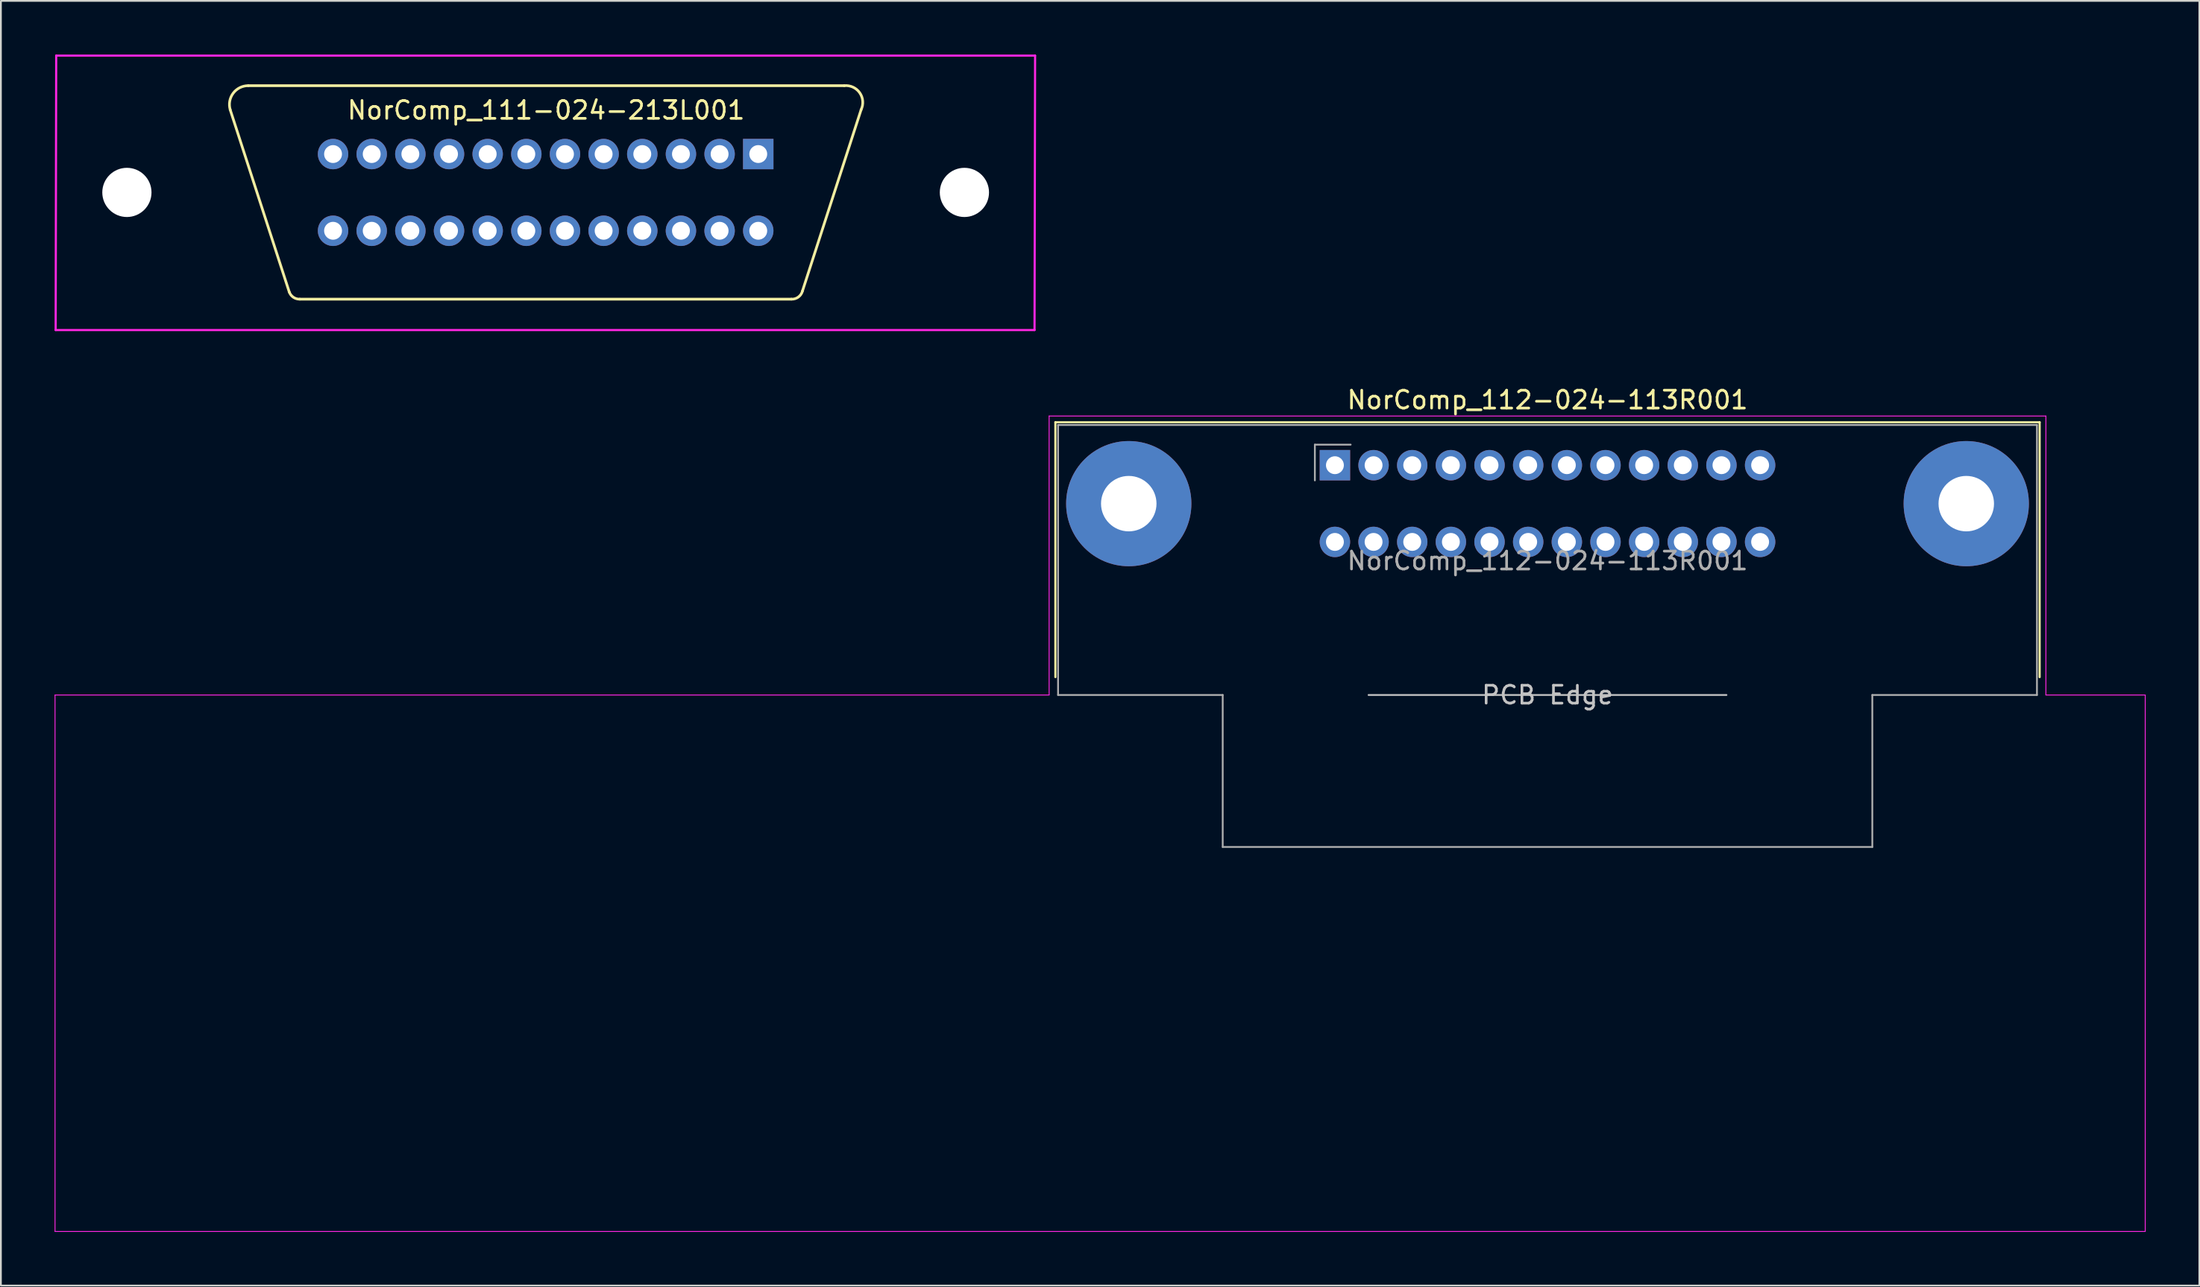
<source format=kicad_pcb>
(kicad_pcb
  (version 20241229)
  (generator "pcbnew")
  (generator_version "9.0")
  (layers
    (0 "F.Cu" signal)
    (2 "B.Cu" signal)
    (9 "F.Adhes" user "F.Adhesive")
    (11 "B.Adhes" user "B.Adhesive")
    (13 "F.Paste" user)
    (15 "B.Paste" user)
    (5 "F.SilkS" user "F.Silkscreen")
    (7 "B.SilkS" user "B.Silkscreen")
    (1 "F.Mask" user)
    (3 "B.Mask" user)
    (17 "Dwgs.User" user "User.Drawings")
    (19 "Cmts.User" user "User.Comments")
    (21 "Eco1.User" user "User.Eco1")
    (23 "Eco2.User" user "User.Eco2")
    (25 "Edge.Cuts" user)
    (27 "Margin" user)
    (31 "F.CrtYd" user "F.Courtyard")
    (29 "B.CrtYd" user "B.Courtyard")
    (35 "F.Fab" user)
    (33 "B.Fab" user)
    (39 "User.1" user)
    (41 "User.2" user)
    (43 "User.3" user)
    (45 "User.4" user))
  (footprint "NorComp_111-024-213L001"
    (layer "F.Cu")
    (at 27.441 7.71)
    (property "Reference" "NorComp_111-024-213L001" (at 0.025 -4.597 0) (unlocked yes) (layer "F.SilkS") (effects (font (size 1 1) (thickness 0.15))))
    (attr through_hole)
    (fp_line (start -16.619 -5.969) (end 16.688 -5.969) (stroke (width 0.152) (type solid)) (layer "F.SilkS"))
    (fp_line (start -14.326 5.573) (end -17.628 -4.623) (stroke (width 0.15) (type solid)) (layer "F.SilkS"))
    (fp_line (start -13.741 5.969) (end 13.735 5.969) (stroke (width 0.15) (type solid)) (layer "F.SilkS"))
    (fp_line (start 17.628 -4.626) (end 14.351 5.512) (stroke (width 0.15) (type solid)) (layer "F.SilkS"))
    (fp_arc (start -17.6276 -4.625573) (mid -17.459254 -5.549239) (end -16.619433 -5.969) (stroke (width 0.15) (type solid)) (layer "F.SilkS"))
    (fp_arc (start -13.7414 5.969) (mid -14.096596 5.864038) (end -14.325626 5.57296) (stroke (width 0.15) (type solid)) (layer "F.SilkS"))
    (fp_arc (start 14.351 5.511681) (mid 14.123787 5.849347) (end 13.73478 5.969) (stroke (width 0.15) (type solid)) (layer "F.SilkS"))
    (fp_arc (start 16.688119 -5.969) (mid 17.55021 -5.572006) (end 17.6276 -4.626059) (stroke (width 0.15) (type solid)) (layer "F.SilkS"))
    (fp_line (start -27.381 7.696) (end 27.319 7.696) (stroke (width 0.12) (type solid)) (layer "F.CrtYd"))
    (fp_line (start -27.35 -7.65) (end -27.381 7.696) (stroke (width 0.12) (type solid)) (layer "F.CrtYd"))
    (fp_line (start -27.35 -7.65) (end 27.35 -7.65) (stroke (width 0.12) (type solid)) (layer "F.CrtYd"))
    (fp_line (start 27.319 7.696) (end 27.35 -7.65) (stroke (width 0.12) (type solid)) (layer "F.CrtYd"))
    (pad "" np_thru_hole circle (at -23.4 0) (size 2.75 2.75) (drill 2.75) (layers "*.Cu" "*.Mask"))
    (pad "" np_thru_hole circle (at 23.4 0) (size 2.75 2.75) (drill 2.75) (layers "*.Cu" "*.Mask"))
    (pad "1" thru_hole rect (at 11.88 -2.145) (size 1.7 1.7) (drill 1) (layers "*.Cu" "*.Mask"))
    (pad "2" thru_hole circle (at 9.72 -2.145) (size 1.7 1.7) (drill 1) (layers "*.Cu" "*.Mask"))
    (pad "3" thru_hole circle (at 7.56 -2.145) (size 1.7 1.7) (drill 1) (layers "*.Cu" "*.Mask"))
    (pad "4" thru_hole circle (at 5.4 -2.145) (size 1.7 1.7) (drill 1) (layers "*.Cu" "*.Mask"))
    (pad "5" thru_hole circle (at 3.24 -2.145) (size 1.7 1.7) (drill 1) (layers "*.Cu" "*.Mask"))
    (pad "6" thru_hole circle (at 1.08 -2.145) (size 1.7 1.7) (drill 1) (layers "*.Cu" "*.Mask"))
    (pad "7" thru_hole circle (at -1.08 -2.145) (size 1.7 1.7) (drill 1) (layers "*.Cu" "*.Mask"))
    (pad "8" thru_hole circle (at -3.24 -2.145) (size 1.7 1.7) (drill 1) (layers "*.Cu" "*.Mask"))
    (pad "9" thru_hole circle (at -5.4 -2.145) (size 1.7 1.7) (drill 1) (layers "*.Cu" "*.Mask"))
    (pad "10" thru_hole circle (at -7.56 -2.145) (size 1.7 1.7) (drill 1) (layers "*.Cu" "*.Mask"))
    (pad "11" thru_hole circle (at -9.72 -2.145) (size 1.7 1.7) (drill 1) (layers "*.Cu" "*.Mask"))
    (pad "12" thru_hole circle (at -11.88 -2.145) (size 1.7 1.7) (drill 1) (layers "*.Cu" "*.Mask"))
    (pad "13" thru_hole circle (at 11.88 2.145) (size 1.7 1.7) (drill 1) (layers "*.Cu" "*.Mask"))
    (pad "14" thru_hole circle (at 9.72 2.145) (size 1.7 1.7) (drill 1) (layers "*.Cu" "*.Mask"))
    (pad "15" thru_hole circle (at 7.56 2.145) (size 1.7 1.7) (drill 1) (layers "*.Cu" "*.Mask"))
    (pad "16" thru_hole circle (at 5.4 2.145) (size 1.7 1.7) (drill 1) (layers "*.Cu" "*.Mask"))
    (pad "17" thru_hole circle (at 3.24 2.145) (size 1.7 1.7) (drill 1) (layers "*.Cu" "*.Mask"))
    (pad "18" thru_hole circle (at 1.08 2.145) (size 1.7 1.7) (drill 1) (layers "*.Cu" "*.Mask"))
    (pad "19" thru_hole circle (at -1.08 2.145) (size 1.7 1.7) (drill 1) (layers "*.Cu" "*.Mask"))
    (pad "20" thru_hole circle (at -3.24 2.145) (size 1.7 1.7) (drill 1) (layers "*.Cu" "*.Mask"))
    (pad "21" thru_hole circle (at -5.4 2.145) (size 1.7 1.7) (drill 1) (layers "*.Cu" "*.Mask"))
    (pad "22" thru_hole circle (at -7.56 2.145) (size 1.7 1.7) (drill 1) (layers "*.Cu" "*.Mask"))
    (pad "23" thru_hole circle (at -9.72 2.145) (size 1.7 1.7) (drill 1) (layers "*.Cu" "*.Mask"))
    (pad "24" thru_hole circle (at -11.88 2.145) (size 1.7 1.7) (drill 1) (layers "*.Cu" "*.Mask")))
  (footprint "NorComp_112-024-113R001"
    (layer "F.Cu")
    (at 83.425 35.814)
    (property "Reference" "NorComp_112-024-113R001" (at 0 -16.5 0) (layer "F.SilkS") (effects (font (size 1 1) (thickness 0.15))))
    (attr through_hole)
    (fp_line (start -27.5 -15.25) (end -27.5 -1) (stroke (width 0.12) (type solid)) (layer "F.SilkS"))
    (fp_line (start -27.5 -15.25) (end 27.5 -15.25) (stroke (width 0.12) (type solid)) (layer "F.SilkS"))
    (fp_line (start 27.5 -15.25) (end 27.5 -1) (stroke (width 0.12) (type solid)) (layer "F.SilkS"))
    (fp_line (start -10 0) (end 10 0) (stroke (width 0.1) (type solid)) (layer "Dwgs.User"))
    (fp_line (start -83.4 30) (end -83.4 0) (stroke (width 0.05) (type solid)) (layer "F.CrtYd"))
    (fp_line (start -83.4 30) (end 33.4 30) (stroke (width 0.05) (type solid)) (layer "F.CrtYd"))
    (fp_line (start -27.85 -15.6) (end -27.85 0) (stroke (width 0.05) (type solid)) (layer "F.CrtYd"))
    (fp_line (start -27.85 -15.6) (end 27.85 -15.6) (stroke (width 0.05) (type solid)) (layer "F.CrtYd"))
    (fp_line (start -27.85 0) (end -83.4 0) (stroke (width 0.05) (type solid)) (layer "F.CrtYd"))
    (fp_line (start 27.85 -15.6) (end 27.85 0) (stroke (width 0.05) (type solid)) (layer "F.CrtYd"))
    (fp_line (start 27.85 0) (end 33.4 0) (stroke (width 0.05) (type solid)) (layer "F.CrtYd"))
    (fp_line (start 33.4 30) (end 33.4 0) (stroke (width 0.05) (type solid)) (layer "F.CrtYd"))
    (fp_line (start -27.35 -15.1) (end -27.35 0) (stroke (width 0.1) (type solid)) (layer "F.Fab"))
    (fp_line (start -27.35 -15.1) (end 27.35 -15.1) (stroke (width 0.1) (type solid)) (layer "F.Fab"))
    (fp_line (start -27.35 0) (end -18.15 0) (stroke (width 0.1) (type solid)) (layer "F.Fab"))
    (fp_line (start -18.15 0) (end -18.15 8.5) (stroke (width 0.1) (type solid)) (layer "F.Fab"))
    (fp_line (start -18.15 8.5) (end 18.15 8.5) (stroke (width 0.1) (type solid)) (layer "F.Fab"))
    (fp_line (start -13 -14) (end -11 -14) (stroke (width 0.1) (type solid)) (layer "F.Fab"))
    (fp_line (start -13 -12) (end -13 -14) (stroke (width 0.1) (type solid)) (layer "F.Fab"))
    (fp_line (start 18.15 0) (end 27.35 0) (stroke (width 0.1) (type solid)) (layer "F.Fab"))
    (fp_line (start 18.15 8.5) (end 18.15 0) (stroke (width 0.1) (type solid)) (layer "F.Fab"))
    (fp_line (start 27.35 -15.1) (end 27.35 0) (stroke (width 0.1) (type solid)) (layer "F.Fab"))
    (fp_text user "PCB Edge" (at 0 0 0) (layer "Dwgs.User") (effects (font (size 1 1) (thickness 0.15))))
    (fp_text user "${REFERENCE}" (at 0 -7.5 0) (layer "F.Fab") (effects (font (size 1 1) (thickness 0.15))))
    (pad "1" thru_hole rect (at -11.88 -12.85) (size 1.7 1.7) (drill 1) (layers "*.Cu" "*.Mask"))
    (pad "2" thru_hole circle (at -9.72 -12.85) (size 1.7 1.7) (drill 1) (layers "*.Cu" "*.Mask"))
    (pad "3" thru_hole circle (at -7.56 -12.85) (size 1.7 1.7) (drill 1) (layers "*.Cu" "*.Mask"))
    (pad "4" thru_hole circle (at -5.4 -12.85) (size 1.7 1.7) (drill 1) (layers "*.Cu" "*.Mask"))
    (pad "5" thru_hole circle (at -3.24 -12.85) (size 1.7 1.7) (drill 1) (layers "*.Cu" "*.Mask"))
    (pad "6" thru_hole circle (at -1.08 -12.85) (size 1.7 1.7) (drill 1) (layers "*.Cu" "*.Mask"))
    (pad "7" thru_hole circle (at 1.08 -12.85) (size 1.7 1.7) (drill 1) (layers "*.Cu" "*.Mask"))
    (pad "8" thru_hole circle (at 3.24 -12.85) (size 1.7 1.7) (drill 1) (layers "*.Cu" "*.Mask"))
    (pad "9" thru_hole circle (at 5.4 -12.85) (size 1.7 1.7) (drill 1) (layers "*.Cu" "*.Mask"))
    (pad "10" thru_hole circle (at 7.56 -12.85) (size 1.7 1.7) (drill 1) (layers "*.Cu" "*.Mask"))
    (pad "11" thru_hole circle (at 9.72 -12.85) (size 1.7 1.7) (drill 1) (layers "*.Cu" "*.Mask"))
    (pad "12" thru_hole circle (at 11.88 -12.85) (size 1.7 1.7) (drill 1) (layers "*.Cu" "*.Mask"))
    (pad "13" thru_hole circle (at -11.88 -8.56) (size 1.7 1.7) (drill 1) (layers "*.Cu" "*.Mask"))
    (pad "14" thru_hole circle (at -9.72 -8.56) (size 1.7 1.7) (drill 1) (layers "*.Cu" "*.Mask"))
    (pad "15" thru_hole circle (at -7.56 -8.56) (size 1.7 1.7) (drill 1) (layers "*.Cu" "*.Mask"))
    (pad "16" thru_hole circle (at -5.4 -8.56) (size 1.7 1.7) (drill 1) (layers "*.Cu" "*.Mask"))
    (pad "17" thru_hole circle (at -3.24 -8.56) (size 1.7 1.7) (drill 1) (layers "*.Cu" "*.Mask"))
    (pad "18" thru_hole circle (at -1.08 -8.56) (size 1.7 1.7) (drill 1) (layers "*.Cu" "*.Mask"))
    (pad "19" thru_hole circle (at 1.08 -8.56) (size 1.7 1.7) (drill 1) (layers "*.Cu" "*.Mask"))
    (pad "20" thru_hole circle (at 3.24 -8.56) (size 1.7 1.7) (drill 1) (layers "*.Cu" "*.Mask"))
    (pad "21" thru_hole circle (at 5.4 -8.56) (size 1.7 1.7) (drill 1) (layers "*.Cu" "*.Mask"))
    (pad "22" thru_hole circle (at 7.56 -8.56) (size 1.7 1.7) (drill 1) (layers "*.Cu" "*.Mask"))
    (pad "23" thru_hole circle (at 9.72 -8.56) (size 1.7 1.7) (drill 1) (layers "*.Cu" "*.Mask"))
    (pad "24" thru_hole circle (at 11.88 -8.56) (size 1.7 1.7) (drill 1) (layers "*.Cu" "*.Mask"))
    (pad "PE" thru_hole circle (at -23.4 -10.7) (size 7 7) (drill 3.1) (layers "*.Cu" "*.Mask"))
    (pad "PE" thru_hole circle (at 23.4 -10.7) (size 7 7) (drill 3.1) (layers "*.Cu" "*.Mask")))
  (gr_rect
    (start -3 -3)
    (end 119.85 68.839)
    (stroke (width 0.1) (type default))
    (fill no)
    (layer "Edge.Cuts")))
</source>
